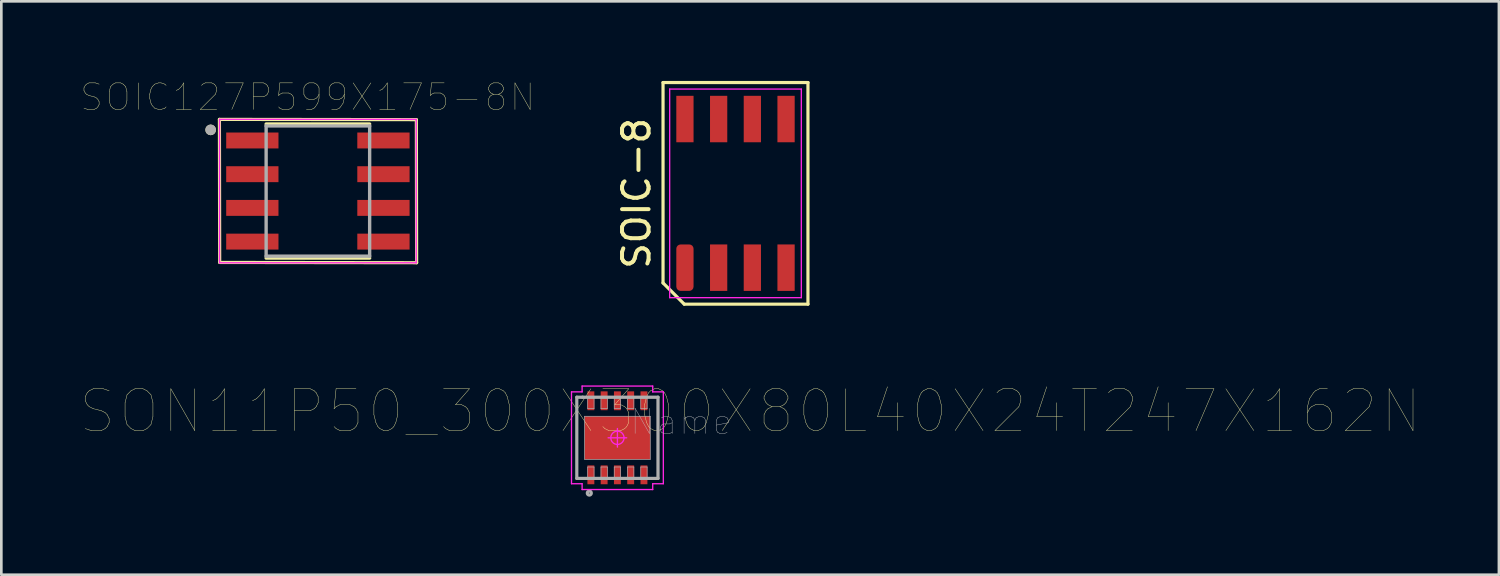
<source format=kicad_pcb>
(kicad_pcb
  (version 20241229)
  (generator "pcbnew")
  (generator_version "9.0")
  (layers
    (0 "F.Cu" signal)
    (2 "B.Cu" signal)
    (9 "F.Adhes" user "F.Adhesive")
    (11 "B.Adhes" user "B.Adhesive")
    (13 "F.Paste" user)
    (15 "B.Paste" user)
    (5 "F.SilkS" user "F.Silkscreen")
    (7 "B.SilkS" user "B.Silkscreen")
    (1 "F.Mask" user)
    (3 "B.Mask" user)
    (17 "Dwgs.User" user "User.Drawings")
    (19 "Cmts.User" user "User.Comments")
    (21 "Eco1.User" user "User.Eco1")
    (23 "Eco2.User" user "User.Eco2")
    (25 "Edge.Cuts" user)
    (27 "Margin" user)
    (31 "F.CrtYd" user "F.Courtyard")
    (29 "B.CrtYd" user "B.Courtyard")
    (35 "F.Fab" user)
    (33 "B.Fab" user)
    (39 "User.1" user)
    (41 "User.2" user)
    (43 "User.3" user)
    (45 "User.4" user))
  (footprint "SOIC-8"
    (layer "F.Cu")
    (at 24.661 4.235)
    (property "Reference" "SOIC-8" (at -3.73 0 90) (layer "F.SilkS") (effects (font (size 1 1) (thickness 0.15))))
    (attr smd)
    (fp_line (start -2.73 -4.175) (end 2.73 -4.175) (stroke (width 0.12) (type solid)) (layer "F.SilkS"))
    (fp_line (start -2.73 3.375) (end -2.73 -4.175) (stroke (width 0.12) (type solid)) (layer "F.SilkS"))
    (fp_line (start -1.93 4.175) (end -2.73 3.375) (stroke (width 0.12) (type solid)) (layer "F.SilkS"))
    (fp_line (start 2.73 -4.175) (end 2.73 4.175) (stroke (width 0.12) (type solid)) (layer "F.SilkS"))
    (fp_line (start 2.73 4.175) (end -1.93 4.175) (stroke (width 0.12) (type solid)) (layer "F.SilkS"))
    (fp_line (start -2.48 -3.93) (end 2.48 -3.93) (stroke (width 0.05) (type solid)) (layer "F.CrtYd"))
    (fp_line (start -2.48 3.93) (end -2.48 -3.93) (stroke (width 0.05) (type solid)) (layer "F.CrtYd"))
    (fp_line (start 2.48 -3.93) (end 2.48 3.93) (stroke (width 0.05) (type solid)) (layer "F.CrtYd"))
    (fp_line (start 2.48 3.93) (end -2.48 3.93) (stroke (width 0.05) (type solid)) (layer "F.CrtYd"))
    (pad "1" smd roundrect (at -1.905 2.8) (size 0.65 1.75) (layers "F.Cu" "F.Mask" "F.Paste") (roundrect_rratio 0.25))
    (pad "2" smd rect (at -0.635 2.8) (size 0.65 1.75) (layers "F.Cu" "F.Mask" "F.Paste"))
    (pad "3" smd rect (at 0.635 2.8) (size 0.65 1.75) (layers "F.Cu" "F.Mask" "F.Paste"))
    (pad "4" smd rect (at 1.905 2.8) (size 0.65 1.75) (layers "F.Cu" "F.Mask" "F.Paste"))
    (pad "5" smd rect (at 1.905 -2.8) (size 0.65 1.75) (layers "F.Cu" "F.Mask" "F.Paste"))
    (pad "6" smd rect (at 0.635 -2.8) (size 0.65 1.75) (layers "F.Cu" "F.Mask" "F.Paste"))
    (pad "7" smd rect (at -0.635 -2.8) (size 0.65 1.75) (layers "F.Cu" "F.Mask" "F.Paste"))
    (pad "8" smd rect (at -1.905 -2.8) (size 0.65 1.75) (layers "F.Cu" "F.Mask" "F.Paste")))
  (footprint "SON11P50_300X300X80L40X24T247X162N"
    (layer "F.Cu")
    (at 20.212 13.445)
    (property "Reference" "SON11P50_300X300X80L40X24T247X162N" (at 5 -1 0) (layer "F.SilkS") (effects (font (size 1.575 1.575) (thickness 0.015))))
    (attr through_hole)
    (fp_poly (pts (xy 1.238 0.812) (xy -1.238 0.812) (xy -1.238 -0.812) (xy 1.238 -0.812)) (stroke (width 0.01) (type solid)) (fill yes) (layer "F.Mask"))
    (fp_poly (pts (xy -0.095 -0.095) (xy -1.045 -0.095) (xy -1.045 -0.625) (xy -0.095 -0.625)) (stroke (width 0.01) (type solid)) (fill yes) (layer "F.Paste"))
    (fp_poly (pts (xy -0.095 0.625) (xy -1.045 0.625) (xy -1.045 0.095) (xy -0.095 0.095)) (stroke (width 0.01) (type solid)) (fill yes) (layer "F.Paste"))
    (fp_poly (pts (xy 1.045 -0.095) (xy 0.095 -0.095) (xy 0.095 -0.625) (xy 1.045 -0.625)) (stroke (width 0.01) (type solid)) (fill yes) (layer "F.Paste"))
    (fp_poly (pts (xy 1.045 0.625) (xy 0.095 0.625) (xy 0.095 0.095) (xy 1.045 0.095)) (stroke (width 0.01) (type solid)) (fill yes) (layer "F.Paste"))
    (fp_line (start -1.73 -1.73) (end -1.73 1.73) (stroke (width 0.05) (type solid)) (layer "F.CrtYd"))
    (fp_line (start -1.73 1.73) (end -1.33 1.73) (stroke (width 0.05) (type solid)) (layer "F.CrtYd"))
    (fp_line (start -1.33 -1.95) (end -1.33 -1.73) (stroke (width 0.05) (type solid)) (layer "F.CrtYd"))
    (fp_line (start -1.33 -1.73) (end -1.73 -1.73) (stroke (width 0.05) (type solid)) (layer "F.CrtYd"))
    (fp_line (start -1.33 1.73) (end -1.33 1.95) (stroke (width 0.05) (type solid)) (layer "F.CrtYd"))
    (fp_line (start -1.33 1.95) (end 1.33 1.95) (stroke (width 0.05) (type solid)) (layer "F.CrtYd"))
    (fp_line (start -0.35 0) (end 0.35 0) (stroke (width 0.05) (type solid)) (layer "F.CrtYd"))
    (fp_line (start 0 -0.35) (end 0 0.35) (stroke (width 0.05) (type solid)) (layer "F.CrtYd"))
    (fp_line (start 1.33 -1.95) (end -1.33 -1.95) (stroke (width 0.05) (type solid)) (layer "F.CrtYd"))
    (fp_line (start 1.33 -1.73) (end 1.33 -1.95) (stroke (width 0.05) (type solid)) (layer "F.CrtYd"))
    (fp_line (start 1.33 1.73) (end 1.73 1.73) (stroke (width 0.05) (type solid)) (layer "F.CrtYd"))
    (fp_line (start 1.33 1.95) (end 1.33 1.73) (stroke (width 0.05) (type solid)) (layer "F.CrtYd"))
    (fp_line (start 1.73 -1.73) (end 1.33 -1.73) (stroke (width 0.05) (type solid)) (layer "F.CrtYd"))
    (fp_line (start 1.73 1.73) (end 1.73 -1.73) (stroke (width 0.05) (type solid)) (layer "F.CrtYd"))
    (fp_circle (center 0 0) (end 0.25 0) (stroke (width 0.05) (type solid)) (fill no) (layer "F.CrtYd"))
    (fp_line (start -1.53 -1.53) (end -1.31 -1.53) (stroke (width 0.12) (type solid)) (layer "F.Fab"))
    (fp_line (start -1.53 1.53) (end -1.53 -1.53) (stroke (width 0.12) (type solid)) (layer "F.Fab"))
    (fp_line (start -1.5 -1.5) (end 1.5 -1.5) (stroke (width 0.025) (type solid)) (layer "F.Fab"))
    (fp_line (start -1.5 1.5) (end -1.5 -1.5) (stroke (width 0.025) (type solid)) (layer "F.Fab"))
    (fp_line (start -1.31 -1.53) (end 1.53 -1.53) (stroke (width 0.12) (type solid)) (layer "F.Fab"))
    (fp_line (start -1.238 -0.812) (end 1.238 -0.812) (stroke (width 0.025) (type solid)) (layer "F.Fab"))
    (fp_line (start -1.238 0.812) (end -1.238 -0.812) (stroke (width 0.025) (type solid)) (layer "F.Fab"))
    (fp_line (start -1.12 -1.5) (end -0.88 -1.5) (stroke (width 0.025) (type solid)) (layer "F.Fab"))
    (fp_line (start -1.12 -1.1) (end -1.12 -1.5) (stroke (width 0.025) (type solid)) (layer "F.Fab"))
    (fp_line (start -1.12 1.1) (end -0.88 1.1) (stroke (width 0.025) (type solid)) (layer "F.Fab"))
    (fp_line (start -1.12 1.5) (end -1.12 1.1) (stroke (width 0.025) (type solid)) (layer "F.Fab"))
    (fp_line (start -0.88 -1.5) (end -0.88 -1.1) (stroke (width 0.025) (type solid)) (layer "F.Fab"))
    (fp_line (start -0.88 -1.1) (end -1.12 -1.1) (stroke (width 0.025) (type solid)) (layer "F.Fab"))
    (fp_line (start -0.88 1.1) (end -0.88 1.5) (stroke (width 0.025) (type solid)) (layer "F.Fab"))
    (fp_line (start -0.88 1.5) (end -1.12 1.5) (stroke (width 0.025) (type solid)) (layer "F.Fab"))
    (fp_line (start -0.62 -1.5) (end -0.38 -1.5) (stroke (width 0.025) (type solid)) (layer "F.Fab"))
    (fp_line (start -0.62 -1.1) (end -0.62 -1.5) (stroke (width 0.025) (type solid)) (layer "F.Fab"))
    (fp_line (start -0.62 1.1) (end -0.38 1.1) (stroke (width 0.025) (type solid)) (layer "F.Fab"))
    (fp_line (start -0.62 1.5) (end -0.62 1.1) (stroke (width 0.025) (type solid)) (layer "F.Fab"))
    (fp_line (start -0.38 -1.5) (end -0.38 -1.1) (stroke (width 0.025) (type solid)) (layer "F.Fab"))
    (fp_line (start -0.38 -1.1) (end -0.62 -1.1) (stroke (width 0.025) (type solid)) (layer "F.Fab"))
    (fp_line (start -0.38 1.1) (end -0.38 1.5) (stroke (width 0.025) (type solid)) (layer "F.Fab"))
    (fp_line (start -0.38 1.5) (end -0.62 1.5) (stroke (width 0.025) (type solid)) (layer "F.Fab"))
    (fp_line (start -0.12 -1.5) (end 0.12 -1.5) (stroke (width 0.025) (type solid)) (layer "F.Fab"))
    (fp_line (start -0.12 -1.1) (end -0.12 -1.5) (stroke (width 0.025) (type solid)) (layer "F.Fab"))
    (fp_line (start -0.12 1.1) (end 0.12 1.1) (stroke (width 0.025) (type solid)) (layer "F.Fab"))
    (fp_line (start -0.12 1.5) (end -0.12 1.1) (stroke (width 0.025) (type solid)) (layer "F.Fab"))
    (fp_line (start 0.12 -1.5) (end 0.12 -1.1) (stroke (width 0.025) (type solid)) (layer "F.Fab"))
    (fp_line (start 0.12 -1.1) (end -0.12 -1.1) (stroke (width 0.025) (type solid)) (layer "F.Fab"))
    (fp_line (start 0.12 1.1) (end 0.12 1.5) (stroke (width 0.025) (type solid)) (layer "F.Fab"))
    (fp_line (start 0.12 1.5) (end -0.12 1.5) (stroke (width 0.025) (type solid)) (layer "F.Fab"))
    (fp_line (start 0.38 -1.5) (end 0.62 -1.5) (stroke (width 0.025) (type solid)) (layer "F.Fab"))
    (fp_line (start 0.38 -1.1) (end 0.38 -1.5) (stroke (width 0.025) (type solid)) (layer "F.Fab"))
    (fp_line (start 0.38 1.1) (end 0.62 1.1) (stroke (width 0.025) (type solid)) (layer "F.Fab"))
    (fp_line (start 0.38 1.5) (end 0.38 1.1) (stroke (width 0.025) (type solid)) (layer "F.Fab"))
    (fp_line (start 0.62 -1.5) (end 0.62 -1.1) (stroke (width 0.025) (type solid)) (layer "F.Fab"))
    (fp_line (start 0.62 -1.1) (end 0.38 -1.1) (stroke (width 0.025) (type solid)) (layer "F.Fab"))
    (fp_line (start 0.62 1.1) (end 0.62 1.5) (stroke (width 0.025) (type solid)) (layer "F.Fab"))
    (fp_line (start 0.62 1.5) (end 0.38 1.5) (stroke (width 0.025) (type solid)) (layer "F.Fab"))
    (fp_line (start 0.88 -1.5) (end 1.12 -1.5) (stroke (width 0.025) (type solid)) (layer "F.Fab"))
    (fp_line (start 0.88 -1.1) (end 0.88 -1.5) (stroke (width 0.025) (type solid)) (layer "F.Fab"))
    (fp_line (start 0.88 1.1) (end 1.12 1.1) (stroke (width 0.025) (type solid)) (layer "F.Fab"))
    (fp_line (start 0.88 1.5) (end 0.88 1.1) (stroke (width 0.025) (type solid)) (layer "F.Fab"))
    (fp_line (start 1.12 -1.5) (end 1.12 -1.1) (stroke (width 0.025) (type solid)) (layer "F.Fab"))
    (fp_line (start 1.12 -1.1) (end 0.88 -1.1) (stroke (width 0.025) (type solid)) (layer "F.Fab"))
    (fp_line (start 1.12 1.1) (end 1.12 1.5) (stroke (width 0.025) (type solid)) (layer "F.Fab"))
    (fp_line (start 1.12 1.5) (end 0.88 1.5) (stroke (width 0.025) (type solid)) (layer "F.Fab"))
    (fp_line (start 1.238 -0.812) (end 1.238 0.812) (stroke (width 0.025) (type solid)) (layer "F.Fab"))
    (fp_line (start 1.238 0.812) (end -1.238 0.812) (stroke (width 0.025) (type solid)) (layer "F.Fab"))
    (fp_line (start 1.5 -1.5) (end 1.5 1.5) (stroke (width 0.025) (type solid)) (layer "F.Fab"))
    (fp_line (start 1.5 1.5) (end -1.5 1.5) (stroke (width 0.025) (type solid)) (layer "F.Fab"))
    (fp_line (start 1.53 1.53) (end -1.53 1.53) (stroke (width 0.12) (type solid)) (layer "F.Fab"))
    (fp_line (start 1.53 1.53) (end 1.53 -1.53) (stroke (width 0.12) (type solid)) (layer "F.Fab"))
    (fp_circle (center -1.059 2.083) (end -1.043 2.083) (stroke (width 0.12) (type solid)) (fill no) (layer "F.Fab"))
    (fp_text user "Name" (at 2.4 -0.6 0) (layer "Dwgs.User") (effects (font (size 0.945 0.945) (thickness 0.015))))
    (pad "1" smd rect (at -1 1.395) (size 0.26 0.71) (layers "F.Cu" "F.Mask" "F.Paste"))
    (pad "2" smd rect (at -0.5 1.395) (size 0.26 0.71) (layers "F.Cu" "F.Mask" "F.Paste"))
    (pad "3" smd rect (at 0 1.395) (size 0.26 0.71) (layers "F.Cu" "F.Mask" "F.Paste"))
    (pad "4" smd rect (at 0.5 1.395) (size 0.26 0.71) (layers "F.Cu" "F.Mask" "F.Paste"))
    (pad "5" smd rect (at 1 1.395) (size 0.26 0.71) (layers "F.Cu" "F.Mask" "F.Paste"))
    (pad "6" smd rect (at 1 -1.395) (size 0.26 0.71) (layers "F.Cu" "F.Mask" "F.Paste"))
    (pad "7" smd rect (at 0.5 -1.395) (size 0.26 0.71) (layers "F.Cu" "F.Mask" "F.Paste"))
    (pad "8" smd rect (at 0 -1.395) (size 0.26 0.71) (layers "F.Cu" "F.Mask" "F.Paste"))
    (pad "9" smd rect (at -0.5 -1.395) (size 0.26 0.71) (layers "F.Cu" "F.Mask" "F.Paste"))
    (pad "10" smd rect (at -1 -1.395) (size 0.26 0.71) (layers "F.Cu" "F.Mask" "F.Paste"))
    (pad "11" smd rect (at 0 0) (size 2.475 1.625) (layers "F.Cu")))
  (footprint "SOIC127P599X175-8N"
    (layer "F.Cu")
    (at 8.927 4.148)
    (property "Reference" "SOIC127P599X175-8N" (at -0.385 -3.537 0) (layer "F.SilkS") (effects (font (size 1 1) (thickness 0.015))))
    (fp_line (start -3.71 -2.7) (end 3.71 -2.69) (stroke (width 0.12) (type solid)) (layer "F.SilkS"))
    (fp_line (start -3.7 2.69) (end -3.71 -2.7) (stroke (width 0.12) (type solid)) (layer "F.SilkS"))
    (fp_line (start -1.95 -2.525) (end 1.95 -2.525) (stroke (width 0.127) (type solid)) (layer "F.SilkS"))
    (fp_line (start -1.95 2.525) (end 1.95 2.525) (stroke (width 0.127) (type solid)) (layer "F.SilkS"))
    (fp_line (start 3.71 -2.69) (end 3.72 2.7) (stroke (width 0.12) (type solid)) (layer "F.SilkS"))
    (fp_line (start 3.72 2.7) (end -3.7 2.69) (stroke (width 0.12) (type solid)) (layer "F.SilkS"))
    (fp_circle (center -4.04 -2.305) (end -3.94 -2.305) (stroke (width 0.2) (type solid)) (fill no) (layer "F.SilkS"))
    (fp_line (start -3.705 -2.703) (end -3.705 2.703) (stroke (width 0.05) (type solid)) (layer "F.CrtYd"))
    (fp_line (start -3.705 -2.703) (end 3.705 -2.703) (stroke (width 0.05) (type solid)) (layer "F.CrtYd"))
    (fp_line (start -3.705 2.703) (end 3.705 2.703) (stroke (width 0.05) (type solid)) (layer "F.CrtYd"))
    (fp_line (start 3.705 -2.703) (end 3.705 2.703) (stroke (width 0.05) (type solid)) (layer "F.CrtYd"))
    (fp_line (start -1.95 -2.453) (end -1.95 2.453) (stroke (width 0.127) (type solid)) (layer "F.Fab"))
    (fp_line (start -1.95 -2.453) (end 1.95 -2.453) (stroke (width 0.127) (type solid)) (layer "F.Fab"))
    (fp_line (start -1.95 2.453) (end 1.95 2.453) (stroke (width 0.127) (type solid)) (layer "F.Fab"))
    (fp_line (start 1.95 -2.453) (end 1.95 2.453) (stroke (width 0.127) (type solid)) (layer "F.Fab"))
    (fp_circle (center -4.04 -2.305) (end -3.94 -2.305) (stroke (width 0.2) (type solid)) (fill no) (layer "F.Fab"))
    (pad "1" smd rect (at -2.47 -1.905) (size 1.97 0.6) (layers "F.Cu" "F.Mask" "F.Paste"))
    (pad "2" smd rect (at -2.47 -0.635) (size 1.97 0.6) (layers "F.Cu" "F.Mask" "F.Paste"))
    (pad "3" smd rect (at -2.47 0.635) (size 1.97 0.6) (layers "F.Cu" "F.Mask" "F.Paste"))
    (pad "4" smd rect (at -2.47 1.905) (size 1.97 0.6) (layers "F.Cu" "F.Mask" "F.Paste"))
    (pad "5" smd rect (at 2.47 1.905) (size 1.97 0.6) (layers "F.Cu" "F.Mask" "F.Paste"))
    (pad "6" smd rect (at 2.47 0.635) (size 1.97 0.6) (layers "F.Cu" "F.Mask" "F.Paste"))
    (pad "7" smd rect (at 2.47 -0.635) (size 1.97 0.6) (layers "F.Cu" "F.Mask" "F.Paste"))
    (pad "8" smd rect (at 2.47 -1.905) (size 1.97 0.6) (layers "F.Cu" "F.Mask" "F.Paste")))
  (gr_rect
    (start -3 -3)
    (end 53.424 18.605)
    (stroke (width 0.1) (type default))
    (fill no)
    (layer "Edge.Cuts")))
</source>
